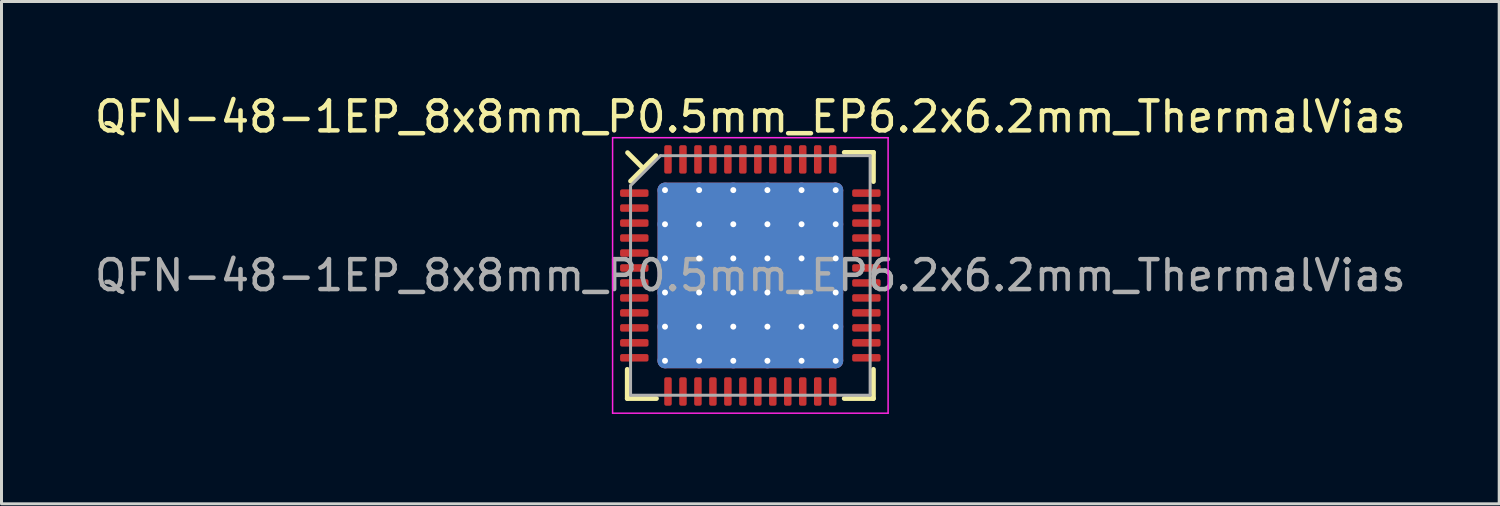
<source format=kicad_pcb>
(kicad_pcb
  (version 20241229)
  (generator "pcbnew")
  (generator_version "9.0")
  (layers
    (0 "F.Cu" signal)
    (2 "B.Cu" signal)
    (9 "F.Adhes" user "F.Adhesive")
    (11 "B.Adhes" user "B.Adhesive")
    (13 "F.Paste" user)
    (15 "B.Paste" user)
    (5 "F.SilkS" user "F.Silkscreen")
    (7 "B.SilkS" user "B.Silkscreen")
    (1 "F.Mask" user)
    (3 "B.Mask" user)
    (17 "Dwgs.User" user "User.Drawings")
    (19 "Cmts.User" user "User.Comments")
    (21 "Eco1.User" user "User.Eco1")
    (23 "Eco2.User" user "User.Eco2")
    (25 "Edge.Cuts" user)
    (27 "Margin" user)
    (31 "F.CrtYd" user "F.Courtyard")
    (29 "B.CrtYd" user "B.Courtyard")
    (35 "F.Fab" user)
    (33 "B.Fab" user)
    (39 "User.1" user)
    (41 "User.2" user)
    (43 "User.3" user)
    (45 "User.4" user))
  (footprint "QFN-48-1EP_8x8mm_P0.5mm_EP6.2x6.2mm_ThermalVias"
    (layer "F.Cu")
    (at 22.006 6.148)
    (property "Reference" "QFN-48-1EP_8x8mm_P0.5mm_EP6.2x6.2mm_ThermalVias" (at 0 -5.3 0) (layer "F.SilkS") (effects (font (size 1 1) (thickness 0.15))))
    (attr smd)
    (fp_line (start -4.11 4.11) (end -4.11 3.135) (stroke (width 0.16) (type solid)) (layer "F.SilkS"))
    (fp_line (start -3.6 -3.6) (end -4.1 -4.1) (stroke (width 0.16) (type solid)) (layer "F.SilkS"))
    (fp_line (start -3.15 -4) (end -4 -3.15) (stroke (width 0.16) (type solid)) (layer "F.SilkS"))
    (fp_line (start -3.135 4.11) (end -4.11 4.11) (stroke (width 0.16) (type solid)) (layer "F.SilkS"))
    (fp_line (start 3.135 -4.11) (end 4.11 -4.11) (stroke (width 0.16) (type solid)) (layer "F.SilkS"))
    (fp_line (start 3.135 4.11) (end 4.11 4.11) (stroke (width 0.16) (type solid)) (layer "F.SilkS"))
    (fp_line (start 4.11 -4.11) (end 4.11 -3.135) (stroke (width 0.16) (type solid)) (layer "F.SilkS"))
    (fp_line (start 4.11 4.11) (end 4.11 3.135) (stroke (width 0.16) (type solid)) (layer "F.SilkS"))
    (fp_line (start -4.6 -4.6) (end -4.6 4.6) (stroke (width 0.05) (type solid)) (layer "F.CrtYd"))
    (fp_line (start -4.6 4.6) (end 4.6 4.6) (stroke (width 0.05) (type solid)) (layer "F.CrtYd"))
    (fp_line (start 4.6 -4.6) (end -4.6 -4.6) (stroke (width 0.05) (type solid)) (layer "F.CrtYd"))
    (fp_line (start 4.6 4.6) (end 4.6 -4.6) (stroke (width 0.05) (type solid)) (layer "F.CrtYd"))
    (fp_line (start -4 -3) (end -3 -4) (stroke (width 0.1) (type solid)) (layer "F.Fab"))
    (fp_line (start -4 4) (end -4 -3) (stroke (width 0.1) (type solid)) (layer "F.Fab"))
    (fp_line (start -3 -4) (end 4 -4) (stroke (width 0.1) (type solid)) (layer "F.Fab"))
    (fp_line (start 4 -4) (end 4 4) (stroke (width 0.1) (type solid)) (layer "F.Fab"))
    (fp_line (start 4 4) (end -4 4) (stroke (width 0.1) (type solid)) (layer "F.Fab"))
    (fp_text user "${REFERENCE}" (at 0 0 0) (layer "F.Fab") (effects (font (size 1 1) (thickness 0.15))))
    (pad "" smd roundrect (at -2.28 -2.28) (size 0.961 0.961) (layers "F.Paste") (roundrect_rratio 0.25))
    (pad "" smd roundrect (at -2.28 -1.14) (size 0.961 0.961) (layers "F.Paste") (roundrect_rratio 0.25))
    (pad "" smd roundrect (at -2.28 0) (size 0.961 0.961) (layers "F.Paste") (roundrect_rratio 0.25))
    (pad "" smd roundrect (at -2.28 1.14) (size 0.961 0.961) (layers "F.Paste") (roundrect_rratio 0.25))
    (pad "" smd roundrect (at -2.28 2.28) (size 0.961 0.961) (layers "F.Paste") (roundrect_rratio 0.25))
    (pad "" smd roundrect (at -1.14 -2.28) (size 0.961 0.961) (layers "F.Paste") (roundrect_rratio 0.25))
    (pad "" smd roundrect (at -1.14 -1.14) (size 0.961 0.961) (layers "F.Paste") (roundrect_rratio 0.25))
    (pad "" smd roundrect (at -1.14 0) (size 0.961 0.961) (layers "F.Paste") (roundrect_rratio 0.25))
    (pad "" smd roundrect (at -1.14 1.14) (size 0.961 0.961) (layers "F.Paste") (roundrect_rratio 0.25))
    (pad "" smd roundrect (at -1.14 2.28) (size 0.961 0.961) (layers "F.Paste") (roundrect_rratio 0.25))
    (pad "" smd roundrect (at 0 -2.28) (size 0.961 0.961) (layers "F.Paste") (roundrect_rratio 0.25))
    (pad "" smd roundrect (at 0 -1.14) (size 0.961 0.961) (layers "F.Paste") (roundrect_rratio 0.25))
    (pad "" smd roundrect (at 0 0) (size 0.961 0.961) (layers "F.Paste") (roundrect_rratio 0.25))
    (pad "" smd roundrect (at 0 1.14) (size 0.961 0.961) (layers "F.Paste") (roundrect_rratio 0.25))
    (pad "" smd roundrect (at 0 2.28) (size 0.961 0.961) (layers "F.Paste") (roundrect_rratio 0.25))
    (pad "" smd roundrect (at 1.14 -2.28) (size 0.961 0.961) (layers "F.Paste") (roundrect_rratio 0.25))
    (pad "" smd roundrect (at 1.14 -1.14) (size 0.961 0.961) (layers "F.Paste") (roundrect_rratio 0.25))
    (pad "" smd roundrect (at 1.14 0) (size 0.961 0.961) (layers "F.Paste") (roundrect_rratio 0.25))
    (pad "" smd roundrect (at 1.14 1.14) (size 0.961 0.961) (layers "F.Paste") (roundrect_rratio 0.25))
    (pad "" smd roundrect (at 1.14 2.28) (size 0.961 0.961) (layers "F.Paste") (roundrect_rratio 0.25))
    (pad "" smd roundrect (at 2.28 -2.28) (size 0.961 0.961) (layers "F.Paste") (roundrect_rratio 0.25))
    (pad "" smd roundrect (at 2.28 -1.14) (size 0.961 0.961) (layers "F.Paste") (roundrect_rratio 0.25))
    (pad "" smd roundrect (at 2.28 0) (size 0.961 0.961) (layers "F.Paste") (roundrect_rratio 0.25))
    (pad "" smd roundrect (at 2.28 1.14) (size 0.961 0.961) (layers "F.Paste") (roundrect_rratio 0.25))
    (pad "" smd roundrect (at 2.28 2.28) (size 0.961 0.961) (layers "F.Paste") (roundrect_rratio 0.25))
    (pad "1" smd roundrect (at -3.875 -2.75) (size 0.95 0.25) (layers "F.Cu" "F.Mask" "F.Paste") (roundrect_rratio 0.25))
    (pad "2" smd roundrect (at -3.875 -2.25) (size 0.95 0.25) (layers "F.Cu" "F.Mask" "F.Paste") (roundrect_rratio 0.25))
    (pad "3" smd roundrect (at -3.875 -1.75) (size 0.95 0.25) (layers "F.Cu" "F.Mask" "F.Paste") (roundrect_rratio 0.25))
    (pad "4" smd roundrect (at -3.875 -1.25) (size 0.95 0.25) (layers "F.Cu" "F.Mask" "F.Paste") (roundrect_rratio 0.25))
    (pad "5" smd roundrect (at -3.875 -0.75) (size 0.95 0.25) (layers "F.Cu" "F.Mask" "F.Paste") (roundrect_rratio 0.25))
    (pad "6" smd roundrect (at -3.875 -0.25) (size 0.95 0.25) (layers "F.Cu" "F.Mask" "F.Paste") (roundrect_rratio 0.25))
    (pad "7" smd roundrect (at -3.875 0.25) (size 0.95 0.25) (layers "F.Cu" "F.Mask" "F.Paste") (roundrect_rratio 0.25))
    (pad "8" smd roundrect (at -3.875 0.75) (size 0.95 0.25) (layers "F.Cu" "F.Mask" "F.Paste") (roundrect_rratio 0.25))
    (pad "9" smd roundrect (at -3.875 1.25) (size 0.95 0.25) (layers "F.Cu" "F.Mask" "F.Paste") (roundrect_rratio 0.25))
    (pad "10" smd roundrect (at -3.875 1.75) (size 0.95 0.25) (layers "F.Cu" "F.Mask" "F.Paste") (roundrect_rratio 0.25))
    (pad "11" smd roundrect (at -3.875 2.25) (size 0.95 0.25) (layers "F.Cu" "F.Mask" "F.Paste") (roundrect_rratio 0.25))
    (pad "12" smd roundrect (at -3.875 2.75) (size 0.95 0.25) (layers "F.Cu" "F.Mask" "F.Paste") (roundrect_rratio 0.25))
    (pad "13" smd roundrect (at -2.75 3.875) (size 0.25 0.95) (layers "F.Cu" "F.Mask" "F.Paste") (roundrect_rratio 0.25))
    (pad "14" smd roundrect (at -2.25 3.875) (size 0.25 0.95) (layers "F.Cu" "F.Mask" "F.Paste") (roundrect_rratio 0.25))
    (pad "15" smd roundrect (at -1.75 3.875) (size 0.25 0.95) (layers "F.Cu" "F.Mask" "F.Paste") (roundrect_rratio 0.25))
    (pad "16" smd roundrect (at -1.25 3.875) (size 0.25 0.95) (layers "F.Cu" "F.Mask" "F.Paste") (roundrect_rratio 0.25))
    (pad "17" smd roundrect (at -0.75 3.875) (size 0.25 0.95) (layers "F.Cu" "F.Mask" "F.Paste") (roundrect_rratio 0.25))
    (pad "18" smd roundrect (at -0.25 3.875) (size 0.25 0.95) (layers "F.Cu" "F.Mask" "F.Paste") (roundrect_rratio 0.25))
    (pad "19" smd roundrect (at 0.25 3.875) (size 0.25 0.95) (layers "F.Cu" "F.Mask" "F.Paste") (roundrect_rratio 0.25))
    (pad "20" smd roundrect (at 0.75 3.875) (size 0.25 0.95) (layers "F.Cu" "F.Mask" "F.Paste") (roundrect_rratio 0.25))
    (pad "21" smd roundrect (at 1.25 3.875) (size 0.25 0.95) (layers "F.Cu" "F.Mask" "F.Paste") (roundrect_rratio 0.25))
    (pad "22" smd roundrect (at 1.75 3.875) (size 0.25 0.95) (layers "F.Cu" "F.Mask" "F.Paste") (roundrect_rratio 0.25))
    (pad "23" smd roundrect (at 2.25 3.875) (size 0.25 0.95) (layers "F.Cu" "F.Mask" "F.Paste") (roundrect_rratio 0.25))
    (pad "24" smd roundrect (at 2.75 3.875) (size 0.25 0.95) (layers "F.Cu" "F.Mask" "F.Paste") (roundrect_rratio 0.25))
    (pad "25" smd roundrect (at 3.875 2.75) (size 0.95 0.25) (layers "F.Cu" "F.Mask" "F.Paste") (roundrect_rratio 0.25))
    (pad "26" smd roundrect (at 3.875 2.25) (size 0.95 0.25) (layers "F.Cu" "F.Mask" "F.Paste") (roundrect_rratio 0.25))
    (pad "27" smd roundrect (at 3.875 1.75) (size 0.95 0.25) (layers "F.Cu" "F.Mask" "F.Paste") (roundrect_rratio 0.25))
    (pad "28" smd roundrect (at 3.875 1.25) (size 0.95 0.25) (layers "F.Cu" "F.Mask" "F.Paste") (roundrect_rratio 0.25))
    (pad "29" smd roundrect (at 3.875 0.75) (size 0.95 0.25) (layers "F.Cu" "F.Mask" "F.Paste") (roundrect_rratio 0.25))
    (pad "30" smd roundrect (at 3.875 0.25) (size 0.95 0.25) (layers "F.Cu" "F.Mask" "F.Paste") (roundrect_rratio 0.25))
    (pad "31" smd roundrect (at 3.875 -0.25) (size 0.95 0.25) (layers "F.Cu" "F.Mask" "F.Paste") (roundrect_rratio 0.25))
    (pad "32" smd roundrect (at 3.875 -0.75) (size 0.95 0.25) (layers "F.Cu" "F.Mask" "F.Paste") (roundrect_rratio 0.25))
    (pad "33" smd roundrect (at 3.875 -1.25) (size 0.95 0.25) (layers "F.Cu" "F.Mask" "F.Paste") (roundrect_rratio 0.25))
    (pad "34" smd roundrect (at 3.875 -1.75) (size 0.95 0.25) (layers "F.Cu" "F.Mask" "F.Paste") (roundrect_rratio 0.25))
    (pad "35" smd roundrect (at 3.875 -2.25) (size 0.95 0.25) (layers "F.Cu" "F.Mask" "F.Paste") (roundrect_rratio 0.25))
    (pad "36" smd roundrect (at 3.875 -2.75) (size 0.95 0.25) (layers "F.Cu" "F.Mask" "F.Paste") (roundrect_rratio 0.25))
    (pad "37" smd roundrect (at 2.75 -3.875) (size 0.25 0.95) (layers "F.Cu" "F.Mask" "F.Paste") (roundrect_rratio 0.25))
    (pad "38" smd roundrect (at 2.25 -3.875) (size 0.25 0.95) (layers "F.Cu" "F.Mask" "F.Paste") (roundrect_rratio 0.25))
    (pad "39" smd roundrect (at 1.75 -3.875) (size 0.25 0.95) (layers "F.Cu" "F.Mask" "F.Paste") (roundrect_rratio 0.25))
    (pad "40" smd roundrect (at 1.25 -3.875) (size 0.25 0.95) (layers "F.Cu" "F.Mask" "F.Paste") (roundrect_rratio 0.25))
    (pad "41" smd roundrect (at 0.75 -3.875) (size 0.25 0.95) (layers "F.Cu" "F.Mask" "F.Paste") (roundrect_rratio 0.25))
    (pad "42" smd roundrect (at 0.25 -3.875) (size 0.25 0.95) (layers "F.Cu" "F.Mask" "F.Paste") (roundrect_rratio 0.25))
    (pad "43" smd roundrect (at -0.25 -3.875) (size 0.25 0.95) (layers "F.Cu" "F.Mask" "F.Paste") (roundrect_rratio 0.25))
    (pad "44" smd roundrect (at -0.75 -3.875) (size 0.25 0.95) (layers "F.Cu" "F.Mask" "F.Paste") (roundrect_rratio 0.25))
    (pad "45" smd roundrect (at -1.25 -3.875) (size 0.25 0.95) (layers "F.Cu" "F.Mask" "F.Paste") (roundrect_rratio 0.25))
    (pad "46" smd roundrect (at -1.75 -3.875) (size 0.25 0.95) (layers "F.Cu" "F.Mask" "F.Paste") (roundrect_rratio 0.25))
    (pad "47" smd roundrect (at -2.25 -3.875) (size 0.25 0.95) (layers "F.Cu" "F.Mask" "F.Paste") (roundrect_rratio 0.25))
    (pad "48" smd roundrect (at -2.75 -3.875) (size 0.25 0.95) (layers "F.Cu" "F.Mask" "F.Paste") (roundrect_rratio 0.25))
    (pad "49" thru_hole circle (at -2.85 -2.85) (size 0.5 0.5) (drill 0.2) (layers "*.Cu"))
    (pad "49" thru_hole circle (at -2.85 -1.71) (size 0.5 0.5) (drill 0.2) (layers "*.Cu"))
    (pad "49" thru_hole circle (at -2.85 -0.57) (size 0.5 0.5) (drill 0.2) (layers "*.Cu"))
    (pad "49" thru_hole circle (at -2.85 0.57) (size 0.5 0.5) (drill 0.2) (layers "*.Cu"))
    (pad "49" thru_hole circle (at -2.85 1.71) (size 0.5 0.5) (drill 0.2) (layers "*.Cu"))
    (pad "49" thru_hole circle (at -2.85 2.85) (size 0.5 0.5) (drill 0.2) (layers "*.Cu"))
    (pad "49" thru_hole circle (at -1.71 -2.85) (size 0.5 0.5) (drill 0.2) (layers "*.Cu"))
    (pad "49" thru_hole circle (at -1.71 -1.71) (size 0.5 0.5) (drill 0.2) (layers "*.Cu"))
    (pad "49" thru_hole circle (at -1.71 -0.57) (size 0.5 0.5) (drill 0.2) (layers "*.Cu"))
    (pad "49" thru_hole circle (at -1.71 0.57) (size 0.5 0.5) (drill 0.2) (layers "*.Cu"))
    (pad "49" thru_hole circle (at -1.71 1.71) (size 0.5 0.5) (drill 0.2) (layers "*.Cu"))
    (pad "49" thru_hole circle (at -1.71 2.85) (size 0.5 0.5) (drill 0.2) (layers "*.Cu"))
    (pad "49" thru_hole circle (at -0.57 -2.85) (size 0.5 0.5) (drill 0.2) (layers "*.Cu"))
    (pad "49" thru_hole circle (at -0.57 -1.71) (size 0.5 0.5) (drill 0.2) (layers "*.Cu"))
    (pad "49" thru_hole circle (at -0.57 -0.57) (size 0.5 0.5) (drill 0.2) (layers "*.Cu"))
    (pad "49" thru_hole circle (at -0.57 0.57) (size 0.5 0.5) (drill 0.2) (layers "*.Cu"))
    (pad "49" thru_hole circle (at -0.57 1.71) (size 0.5 0.5) (drill 0.2) (layers "*.Cu"))
    (pad "49" thru_hole circle (at -0.57 2.85) (size 0.5 0.5) (drill 0.2) (layers "*.Cu"))
    (pad "49" smd roundrect (at 0 0) (size 6.2 6.2) (layers "F.Cu" "F.Mask") (roundrect_rratio 0.04))
    (pad "49" smd roundrect (at 0 0) (size 6.2 6.2) (layers "B.Cu") (roundrect_rratio 0.04))
    (pad "49" thru_hole circle (at 0.57 -2.85) (size 0.5 0.5) (drill 0.2) (layers "*.Cu"))
    (pad "49" thru_hole circle (at 0.57 -1.71) (size 0.5 0.5) (drill 0.2) (layers "*.Cu"))
    (pad "49" thru_hole circle (at 0.57 -0.57) (size 0.5 0.5) (drill 0.2) (layers "*.Cu"))
    (pad "49" thru_hole circle (at 0.57 0.57) (size 0.5 0.5) (drill 0.2) (layers "*.Cu"))
    (pad "49" thru_hole circle (at 0.57 1.71) (size 0.5 0.5) (drill 0.2) (layers "*.Cu"))
    (pad "49" thru_hole circle (at 0.57 2.85) (size 0.5 0.5) (drill 0.2) (layers "*.Cu"))
    (pad "49" thru_hole circle (at 1.71 -2.85) (size 0.5 0.5) (drill 0.2) (layers "*.Cu"))
    (pad "49" thru_hole circle (at 1.71 -1.71) (size 0.5 0.5) (drill 0.2) (layers "*.Cu"))
    (pad "49" thru_hole circle (at 1.71 -0.57) (size 0.5 0.5) (drill 0.2) (layers "*.Cu"))
    (pad "49" thru_hole circle (at 1.71 0.57) (size 0.5 0.5) (drill 0.2) (layers "*.Cu"))
    (pad "49" thru_hole circle (at 1.71 1.71) (size 0.5 0.5) (drill 0.2) (layers "*.Cu"))
    (pad "49" thru_hole circle (at 1.71 2.85) (size 0.5 0.5) (drill 0.2) (layers "*.Cu"))
    (pad "49" thru_hole circle (at 2.85 -2.85) (size 0.5 0.5) (drill 0.2) (layers "*.Cu"))
    (pad "49" thru_hole circle (at 2.85 -1.71) (size 0.5 0.5) (drill 0.2) (layers "*.Cu"))
    (pad "49" thru_hole circle (at 2.85 -0.57) (size 0.5 0.5) (drill 0.2) (layers "*.Cu"))
    (pad "49" thru_hole circle (at 2.85 0.57) (size 0.5 0.5) (drill 0.2) (layers "*.Cu"))
    (pad "49" thru_hole circle (at 2.85 1.71) (size 0.5 0.5) (drill 0.2) (layers "*.Cu"))
    (pad "49" thru_hole circle (at 2.85 2.85) (size 0.5 0.5) (drill 0.2) (layers "*.Cu")))
  (gr_rect
    (start -3 -3)
    (end 47.012 13.773)
    (stroke (width 0.1) (type default))
    (fill no)
    (layer "Edge.Cuts")))
</source>
